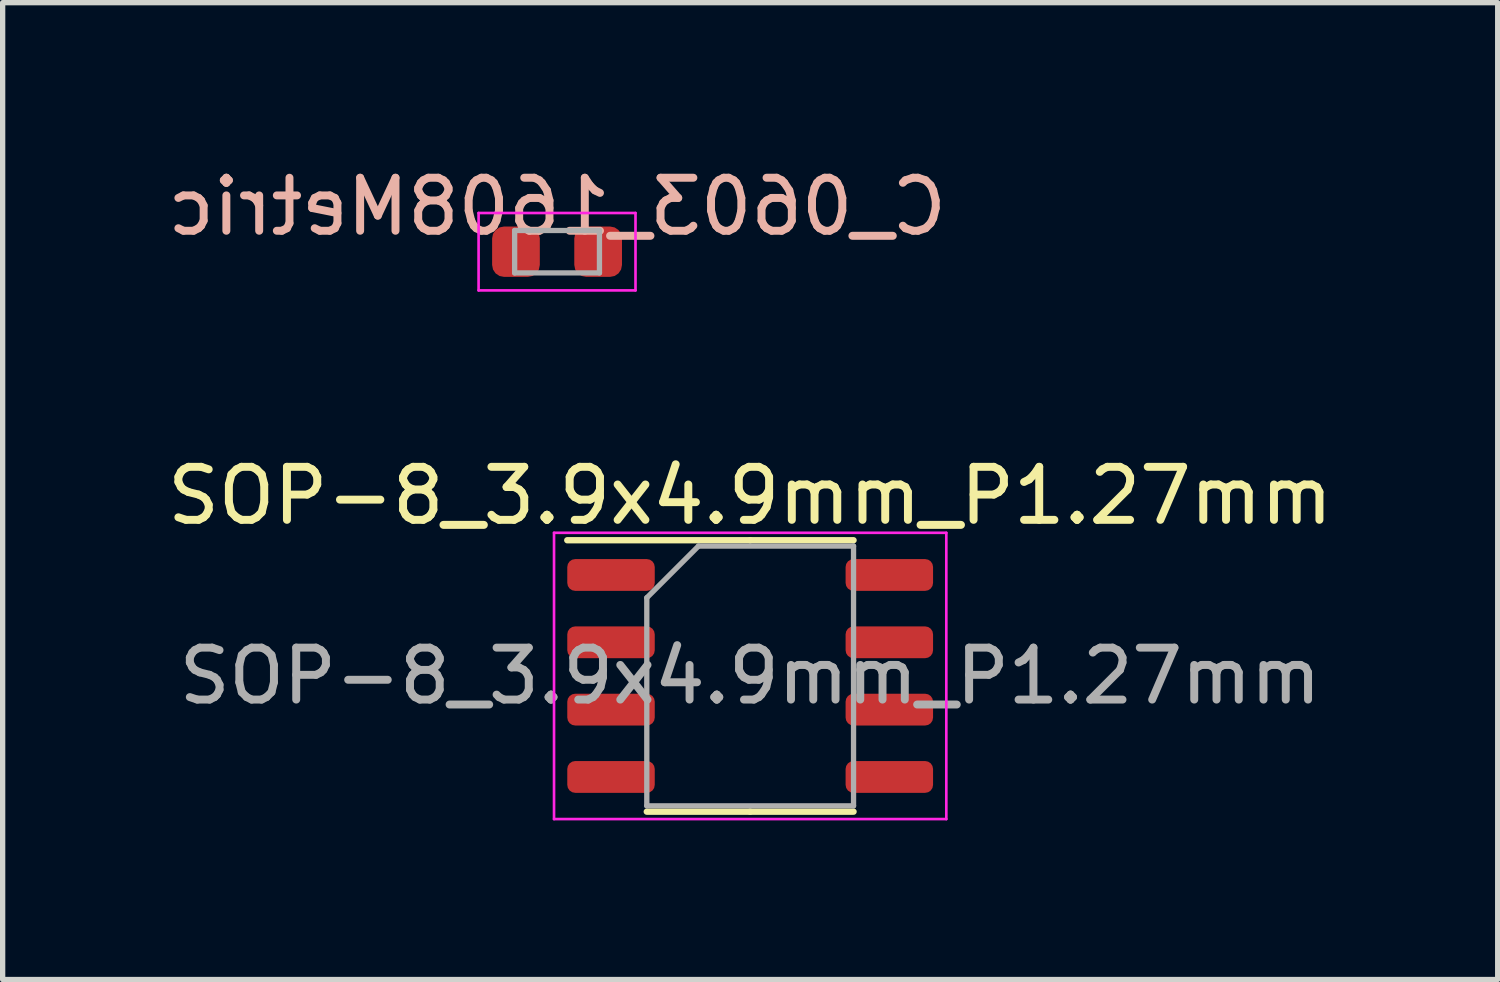
<source format=kicad_pcb>
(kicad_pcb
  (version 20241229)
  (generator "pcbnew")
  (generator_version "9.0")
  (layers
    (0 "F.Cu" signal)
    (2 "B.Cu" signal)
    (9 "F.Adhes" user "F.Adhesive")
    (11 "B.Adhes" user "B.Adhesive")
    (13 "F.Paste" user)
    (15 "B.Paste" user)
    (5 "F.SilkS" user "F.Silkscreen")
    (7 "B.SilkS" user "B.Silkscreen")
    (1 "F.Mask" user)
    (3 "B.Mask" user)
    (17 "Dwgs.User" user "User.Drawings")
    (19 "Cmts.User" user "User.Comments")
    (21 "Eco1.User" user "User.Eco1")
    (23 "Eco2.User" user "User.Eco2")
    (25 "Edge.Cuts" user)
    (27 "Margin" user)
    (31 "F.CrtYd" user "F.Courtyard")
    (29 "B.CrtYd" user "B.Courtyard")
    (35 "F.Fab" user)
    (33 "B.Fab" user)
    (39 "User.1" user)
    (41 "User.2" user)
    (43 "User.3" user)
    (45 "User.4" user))
  (footprint "C_0603_1608Metric"
    (layer "F.Cu")
    (at 7.458 1.698)
    (property "Reference" "C_0603_1608Metric" (at 0 -0.85 0) (layer "B.SilkS") (effects (font (size 1 1) (thickness 0.15)) (justify mirror)))
    (attr smd)
    (fp_line (start -1.48 -0.73) (end 1.48 -0.73) (stroke (width 0.05) (type solid)) (layer "F.CrtYd"))
    (fp_line (start -1.48 0.73) (end -1.48 -0.73) (stroke (width 0.05) (type solid)) (layer "F.CrtYd"))
    (fp_line (start 1.48 -0.73) (end 1.48 0.73) (stroke (width 0.05) (type solid)) (layer "F.CrtYd"))
    (fp_line (start 1.48 0.73) (end -1.48 0.73) (stroke (width 0.05) (type solid)) (layer "F.CrtYd"))
    (fp_line (start -0.8 -0.4) (end 0.8 -0.4) (stroke (width 0.1) (type solid)) (layer "F.Fab"))
    (fp_line (start -0.8 0.4) (end -0.8 -0.4) (stroke (width 0.1) (type solid)) (layer "F.Fab"))
    (fp_line (start 0.8 -0.4) (end 0.8 0.4) (stroke (width 0.1) (type solid)) (layer "F.Fab"))
    (fp_line (start 0.8 0.4) (end -0.8 0.4) (stroke (width 0.1) (type solid)) (layer "F.Fab"))
    (pad "1" smd roundrect (at -0.775 0) (size 0.9 0.95) (layers "F.Cu" "F.Mask" "F.Paste") (roundrect_rratio 0.25))
    (pad "2" smd roundrect (at 0.775 0) (size 0.9 0.95) (layers "F.Cu" "F.Mask" "F.Paste") (roundrect_rratio 0.25)))
  (footprint "SOP-8_3.9x4.9mm_P1.27mm"
    (layer "F.Cu")
    (at 11.101 9.701)
    (property "Reference" "SOP-8_3.9x4.9mm_P1.27mm" (at 0 -3.4 0) (layer "F.SilkS") (effects (font (size 1 1) (thickness 0.15))))
    (attr smd)
    (fp_line (start 0 -2.56) (end -3.45 -2.56) (stroke (width 0.12) (type solid)) (layer "F.SilkS"))
    (fp_line (start 0 -2.56) (end 1.95 -2.56) (stroke (width 0.12) (type solid)) (layer "F.SilkS"))
    (fp_line (start 0 2.56) (end -1.95 2.56) (stroke (width 0.12) (type solid)) (layer "F.SilkS"))
    (fp_line (start 0 2.56) (end 1.95 2.56) (stroke (width 0.12) (type solid)) (layer "F.SilkS"))
    (fp_line (start -3.7 -2.7) (end -3.7 2.7) (stroke (width 0.05) (type solid)) (layer "F.CrtYd"))
    (fp_line (start -3.7 2.7) (end 3.7 2.7) (stroke (width 0.05) (type solid)) (layer "F.CrtYd"))
    (fp_line (start 3.7 -2.7) (end -3.7 -2.7) (stroke (width 0.05) (type solid)) (layer "F.CrtYd"))
    (fp_line (start 3.7 2.7) (end 3.7 -2.7) (stroke (width 0.05) (type solid)) (layer "F.CrtYd"))
    (fp_line (start -1.95 -1.475) (end -0.975 -2.45) (stroke (width 0.1) (type solid)) (layer "F.Fab"))
    (fp_line (start -1.95 2.45) (end -1.95 -1.475) (stroke (width 0.1) (type solid)) (layer "F.Fab"))
    (fp_line (start -0.975 -2.45) (end 1.95 -2.45) (stroke (width 0.1) (type solid)) (layer "F.Fab"))
    (fp_line (start 1.95 -2.45) (end 1.95 2.45) (stroke (width 0.1) (type solid)) (layer "F.Fab"))
    (fp_line (start 1.95 2.45) (end -1.95 2.45) (stroke (width 0.1) (type solid)) (layer "F.Fab"))
    (fp_text user "${REFERENCE}" (at 0 0 0) (layer "F.Fab") (effects (font (size 0.98 0.98) (thickness 0.15))))
    (pad "1" smd roundrect (at -2.625 -1.905) (size 1.65 0.6) (layers "F.Cu" "F.Mask" "F.Paste") (roundrect_rratio 0.25))
    (pad "2" smd roundrect (at -2.625 -0.635) (size 1.65 0.6) (layers "F.Cu" "F.Mask" "F.Paste") (roundrect_rratio 0.25))
    (pad "3" smd roundrect (at -2.625 0.635) (size 1.65 0.6) (layers "F.Cu" "F.Mask" "F.Paste") (roundrect_rratio 0.25))
    (pad "4" smd roundrect (at -2.625 1.905) (size 1.65 0.6) (layers "F.Cu" "F.Mask" "F.Paste") (roundrect_rratio 0.25))
    (pad "5" smd roundrect (at 2.625 1.905) (size 1.65 0.6) (layers "F.Cu" "F.Mask" "F.Paste") (roundrect_rratio 0.25))
    (pad "6" smd roundrect (at 2.625 0.635) (size 1.65 0.6) (layers "F.Cu" "F.Mask" "F.Paste") (roundrect_rratio 0.25))
    (pad "7" smd roundrect (at 2.625 -0.635) (size 1.65 0.6) (layers "F.Cu" "F.Mask" "F.Paste") (roundrect_rratio 0.25))
    (pad "8" smd roundrect (at 2.625 -1.905) (size 1.65 0.6) (layers "F.Cu" "F.Mask" "F.Paste") (roundrect_rratio 0.25)))
  (gr_rect
    (start -3 -3)
    (end 25.202 15.427)
    (stroke (width 0.1) (type default))
    (fill no)
    (layer "Edge.Cuts")))
</source>
